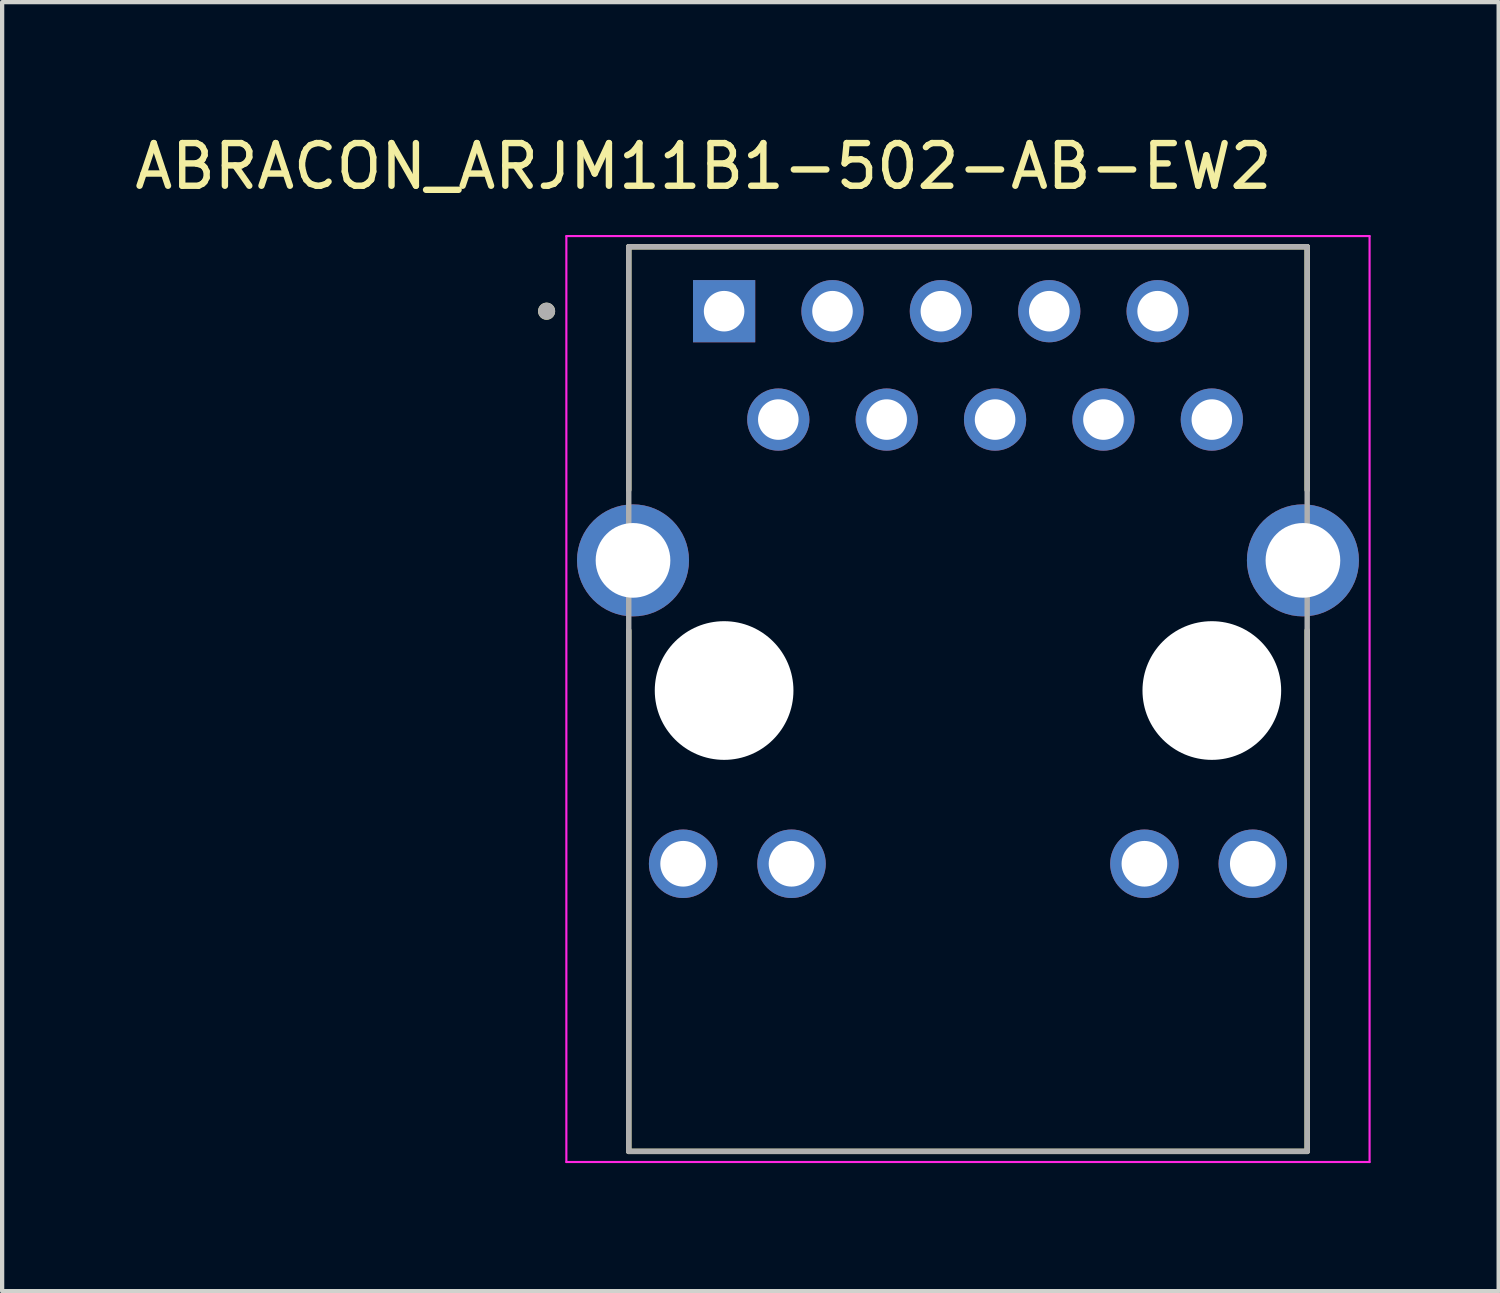
<source format=kicad_pcb>
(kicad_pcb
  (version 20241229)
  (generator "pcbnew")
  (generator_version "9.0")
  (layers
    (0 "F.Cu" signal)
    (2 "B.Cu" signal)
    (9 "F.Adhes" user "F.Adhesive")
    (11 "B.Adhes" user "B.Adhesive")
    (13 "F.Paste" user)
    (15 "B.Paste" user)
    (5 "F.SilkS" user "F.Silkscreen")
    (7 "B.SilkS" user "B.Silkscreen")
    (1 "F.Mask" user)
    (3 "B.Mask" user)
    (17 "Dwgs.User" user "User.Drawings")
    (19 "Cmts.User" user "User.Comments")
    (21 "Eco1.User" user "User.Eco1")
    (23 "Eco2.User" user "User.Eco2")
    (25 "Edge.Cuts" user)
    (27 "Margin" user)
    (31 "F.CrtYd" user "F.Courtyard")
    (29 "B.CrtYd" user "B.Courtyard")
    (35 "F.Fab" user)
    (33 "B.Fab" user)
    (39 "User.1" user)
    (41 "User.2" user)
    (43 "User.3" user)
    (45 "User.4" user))
  (footprint "ABRACON_ARJM11B1-502-AB-EW2"
    (layer "F.Cu")
    (at 19.635 13.133)
    (property "Reference" "ABRACON_ARJM11B1-502-AB-EW2" (at -6.2 -12.285 0) (layer "F.SilkS") (effects (font (size 1 1) (thickness 0.15))))
    (attr through_hole)
    (fp_line (start -7.95 -10.4) (end -7.95 -4.7) (stroke (width 0.127) (type solid)) (layer "F.SilkS"))
    (fp_line (start -7.95 10.8) (end -7.95 -1.41) (stroke (width 0.127) (type solid)) (layer "F.SilkS"))
    (fp_line (start -7.95 10.8) (end 7.95 10.8) (stroke (width 0.127) (type solid)) (layer "F.SilkS"))
    (fp_line (start 7.95 -10.4) (end -7.95 -10.4) (stroke (width 0.127) (type solid)) (layer "F.SilkS"))
    (fp_line (start 7.95 -4.7) (end 7.95 -10.4) (stroke (width 0.127) (type solid)) (layer "F.SilkS"))
    (fp_line (start 7.95 10.8) (end 7.95 -1.41) (stroke (width 0.127) (type solid)) (layer "F.SilkS"))
    (fp_circle (center -9.875 -8.89) (end -9.775 -8.89) (stroke (width 0.2) (type solid)) (fill no) (layer "F.SilkS"))
    (fp_line (start -9.412 -10.65) (end -9.412 11.05) (stroke (width 0.05) (type solid)) (layer "F.CrtYd"))
    (fp_line (start -9.412 11.05) (end 9.412 11.05) (stroke (width 0.05) (type solid)) (layer "F.CrtYd"))
    (fp_line (start 9.412 -10.65) (end -9.412 -10.65) (stroke (width 0.05) (type solid)) (layer "F.CrtYd"))
    (fp_line (start 9.412 11.05) (end 9.412 -10.65) (stroke (width 0.05) (type solid)) (layer "F.CrtYd"))
    (fp_line (start -7.95 -10.4) (end -7.95 10.8) (stroke (width 0.127) (type solid)) (layer "F.Fab"))
    (fp_line (start -7.95 10.8) (end 7.95 10.8) (stroke (width 0.127) (type solid)) (layer "F.Fab"))
    (fp_line (start 7.95 -10.4) (end -7.95 -10.4) (stroke (width 0.127) (type solid)) (layer "F.Fab"))
    (fp_line (start 7.95 10.8) (end 7.95 -10.4) (stroke (width 0.127) (type solid)) (layer "F.Fab"))
    (fp_circle (center -9.875 -8.89) (end -9.775 -8.89) (stroke (width 0.2) (type solid)) (fill no) (layer "F.Fab"))
    (pad "" np_thru_hole circle (at -5.715 0) (size 3.25 3.25) (drill 3.25) (layers "*.Cu" "*.Mask"))
    (pad "" np_thru_hole circle (at 5.715 0) (size 3.25 3.25) (drill 3.25) (layers "*.Cu" "*.Mask"))
    (pad "1" thru_hole rect (at -5.715 -8.89) (size 1.458 1.458) (drill 0.95) (layers "*.Cu" "*.Mask"))
    (pad "2" thru_hole circle (at -4.445 -6.35) (size 1.458 1.458) (drill 0.95) (layers "*.Cu" "*.Mask"))
    (pad "3" thru_hole circle (at -3.175 -8.89) (size 1.458 1.458) (drill 0.95) (layers "*.Cu" "*.Mask"))
    (pad "4" thru_hole circle (at -1.905 -6.35) (size 1.458 1.458) (drill 0.95) (layers "*.Cu" "*.Mask"))
    (pad "5" thru_hole circle (at -0.635 -8.89) (size 1.458 1.458) (drill 0.95) (layers "*.Cu" "*.Mask"))
    (pad "6" thru_hole circle (at 0.635 -6.35) (size 1.458 1.458) (drill 0.95) (layers "*.Cu" "*.Mask"))
    (pad "7" thru_hole circle (at 1.905 -8.89) (size 1.458 1.458) (drill 0.95) (layers "*.Cu" "*.Mask"))
    (pad "8" thru_hole circle (at 3.175 -6.35) (size 1.458 1.458) (drill 0.95) (layers "*.Cu" "*.Mask"))
    (pad "9" thru_hole circle (at 4.445 -8.89) (size 1.458 1.458) (drill 0.95) (layers "*.Cu" "*.Mask"))
    (pad "10" thru_hole circle (at 5.715 -6.35) (size 1.458 1.458) (drill 0.95) (layers "*.Cu" "*.Mask"))
    (pad "11" thru_hole circle (at -6.675 4.06) (size 1.605 1.605) (drill 1.07) (layers "*.Cu" "*.Mask"))
    (pad "12" thru_hole circle (at -4.135 4.06) (size 1.605 1.605) (drill 1.07) (layers "*.Cu" "*.Mask"))
    (pad "13" thru_hole circle (at 4.135 4.06) (size 1.605 1.605) (drill 1.07) (layers "*.Cu" "*.Mask"))
    (pad "14" thru_hole circle (at 6.675 4.06) (size 1.605 1.605) (drill 1.07) (layers "*.Cu" "*.Mask"))
    (pad "S1" thru_hole circle (at -7.85 -3.05) (size 2.625 2.625) (drill 1.75) (layers "*.Cu" "*.Mask"))
    (pad "S2" thru_hole circle (at 7.85 -3.05) (size 2.625 2.625) (drill 1.75) (layers "*.Cu" "*.Mask")))
  (gr_rect
    (start -3 -3)
    (end 32.072 27.208)
    (stroke (width 0.1) (type default))
    (fill no)
    (layer "Edge.Cuts")))
</source>
